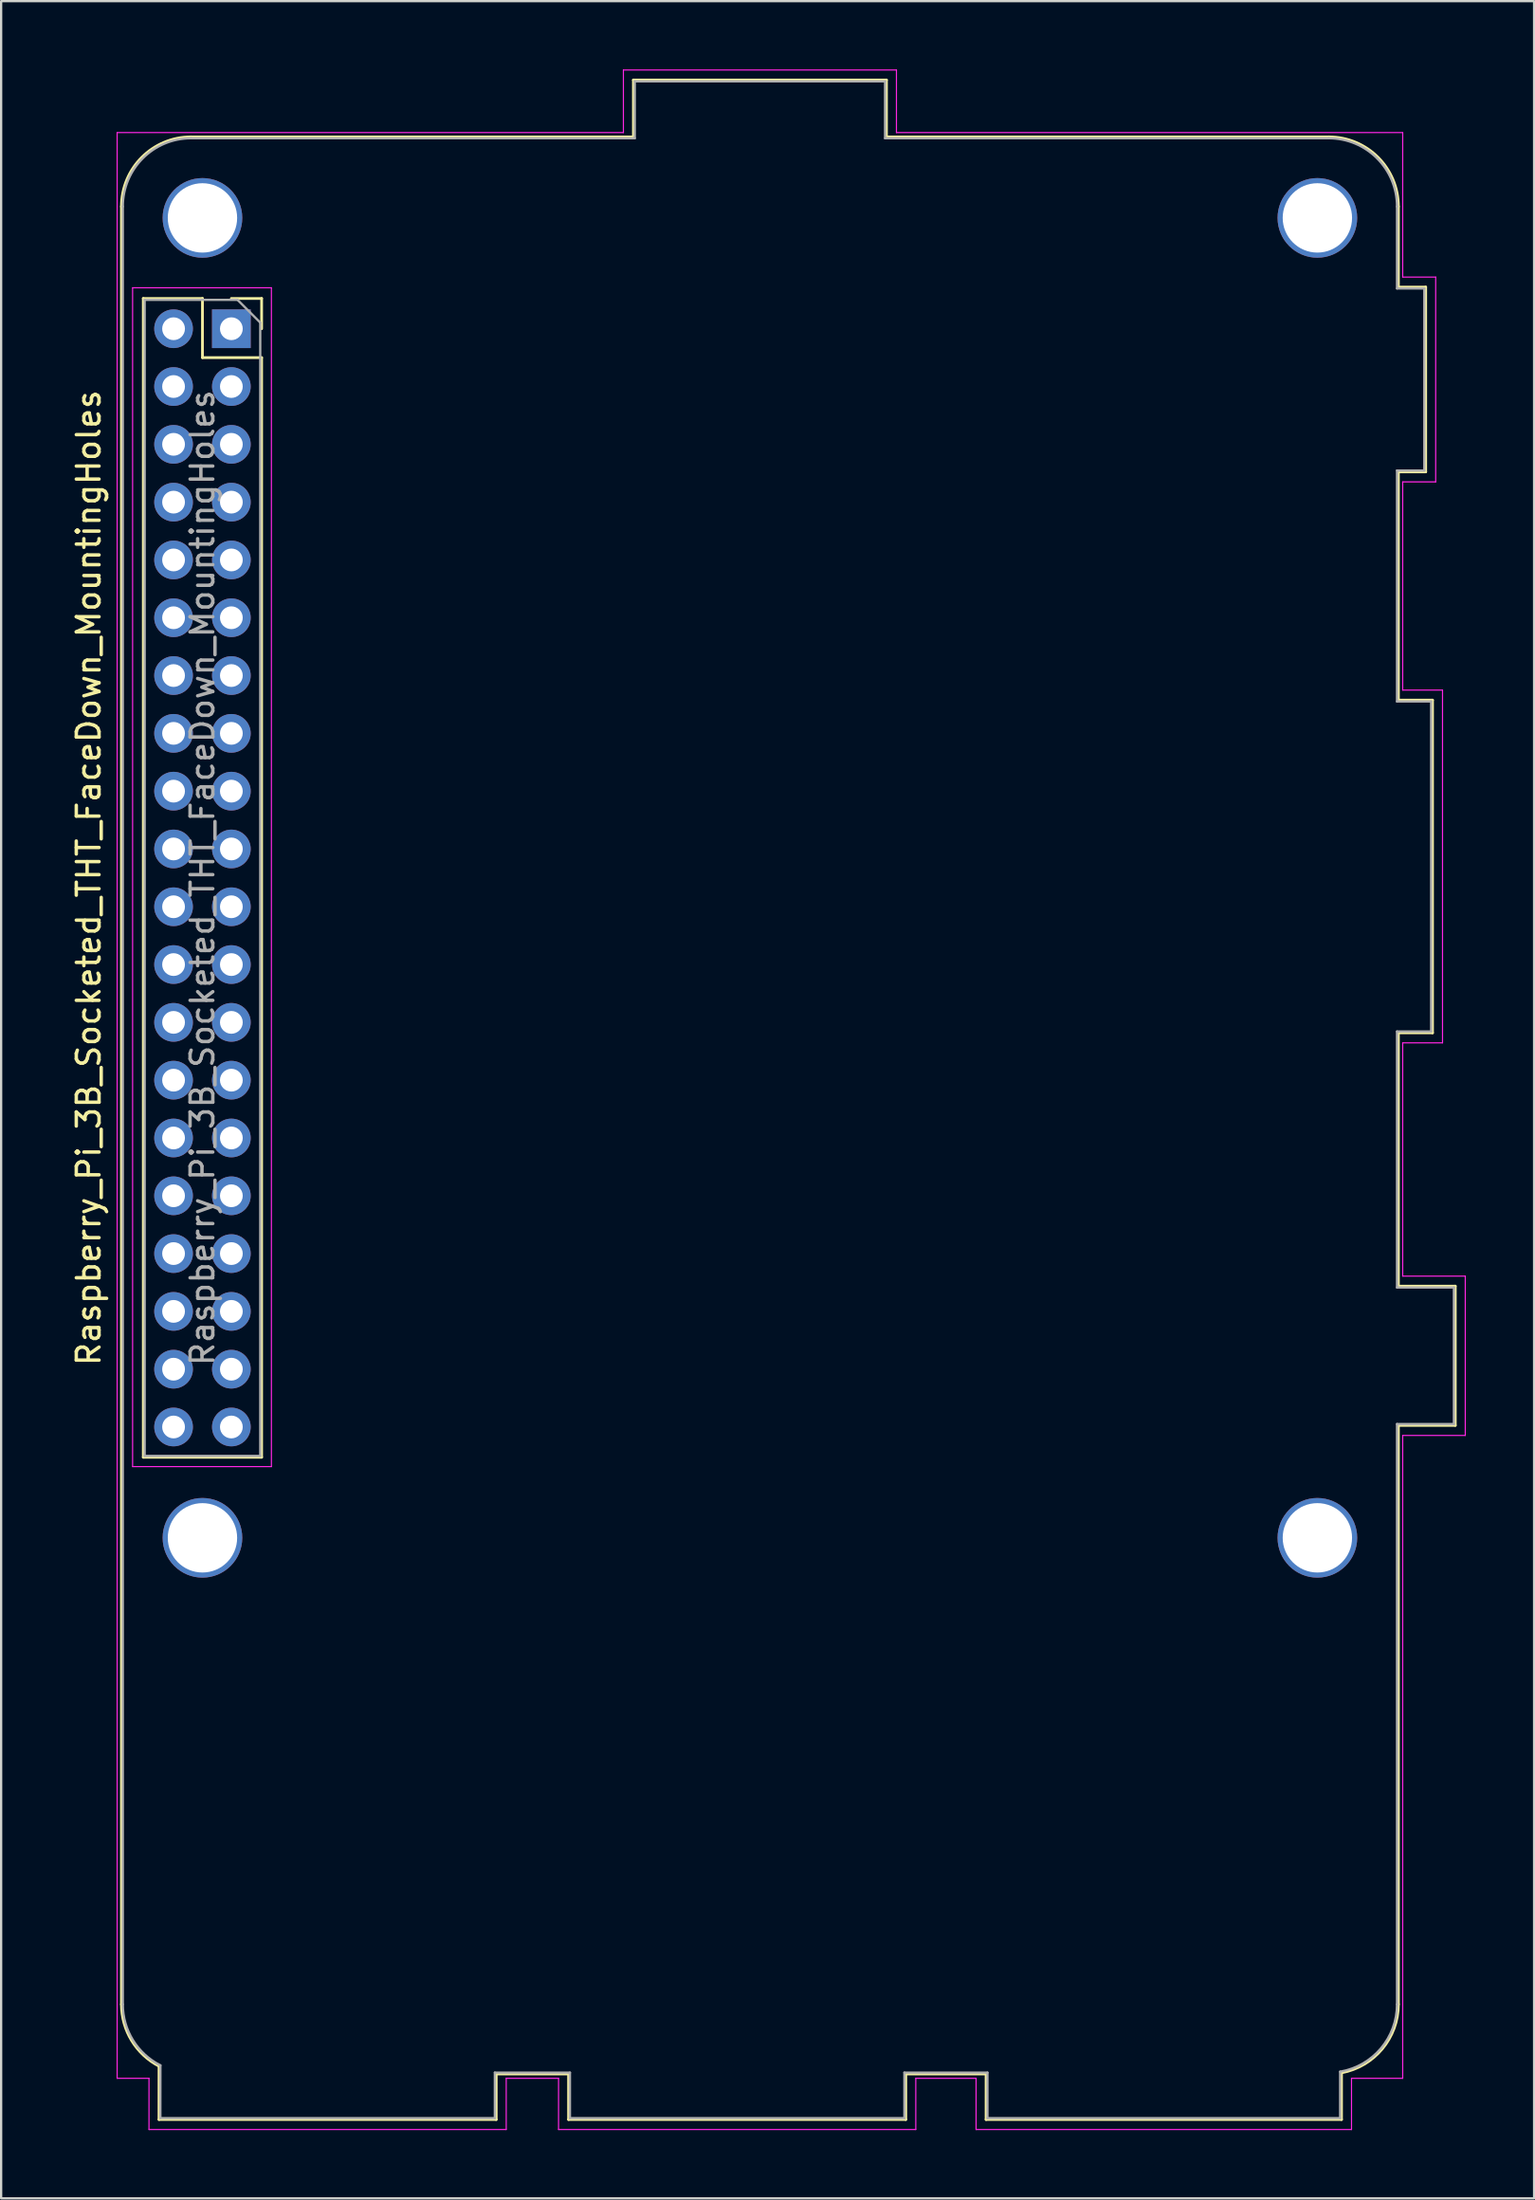
<source format=kicad_pcb>
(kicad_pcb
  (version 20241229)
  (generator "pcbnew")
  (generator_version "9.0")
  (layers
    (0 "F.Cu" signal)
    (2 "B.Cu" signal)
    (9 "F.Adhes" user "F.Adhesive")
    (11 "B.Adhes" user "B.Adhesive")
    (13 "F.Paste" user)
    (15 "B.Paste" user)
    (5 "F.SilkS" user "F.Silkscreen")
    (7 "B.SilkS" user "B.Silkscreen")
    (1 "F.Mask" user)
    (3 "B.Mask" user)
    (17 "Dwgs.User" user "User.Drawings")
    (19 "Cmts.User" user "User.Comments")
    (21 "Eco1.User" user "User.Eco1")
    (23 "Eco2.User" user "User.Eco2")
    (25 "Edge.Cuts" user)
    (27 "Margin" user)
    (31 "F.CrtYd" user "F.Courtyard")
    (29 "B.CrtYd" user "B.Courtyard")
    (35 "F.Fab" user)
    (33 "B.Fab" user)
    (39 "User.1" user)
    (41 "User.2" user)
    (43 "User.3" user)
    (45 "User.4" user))
  (footprint "Raspberry_Pi_3B_Socketed_THT_FaceDown_MountingHoles"
    (layer "F.Cu")
    (at 7.118 11.395)
    (property "Reference" "Raspberry_Pi_3B_Socketed_THT_FaceDown_MountingHoles" (at -6.27 24.13 90) (layer "F.SilkS") (effects (font (size 1 1) (thickness 0.15))))
    (attr through_hole)
    (fp_line (start -4.83 73.63) (end -4.83 -5.37) (stroke (width 0.12) (type solid)) (layer "F.SilkS"))
    (fp_line (start -3.87 -1.33) (end -3.87 49.59) (stroke (width 0.12) (type solid)) (layer "F.SilkS"))
    (fp_line (start -3.87 -1.33) (end -1.27 -1.33) (stroke (width 0.12) (type solid)) (layer "F.SilkS"))
    (fp_line (start -3.87 49.59) (end 1.33 49.59) (stroke (width 0.12) (type solid)) (layer "F.SilkS"))
    (fp_line (start -3.18 78.69) (end -3.178 76.347) (stroke (width 0.12) (type solid)) (layer "F.SilkS"))
    (fp_line (start -1.77 -8.43) (end 17.67 -8.43) (stroke (width 0.12) (type solid)) (layer "F.SilkS"))
    (fp_line (start -1.27 -1.33) (end -1.27 1.27) (stroke (width 0.12) (type solid)) (layer "F.SilkS"))
    (fp_line (start -1.27 1.27) (end 1.33 1.27) (stroke (width 0.12) (type solid)) (layer "F.SilkS"))
    (fp_line (start 0 -1.33) (end 1.33 -1.33) (stroke (width 0.12) (type solid)) (layer "F.SilkS"))
    (fp_line (start 1.33 -1.33) (end 1.33 0) (stroke (width 0.12) (type solid)) (layer "F.SilkS"))
    (fp_line (start 1.33 1.27) (end 1.33 49.59) (stroke (width 0.12) (type solid)) (layer "F.SilkS"))
    (fp_line (start 11.64 76.69) (end 11.64 78.69) (stroke (width 0.12) (type solid)) (layer "F.SilkS"))
    (fp_line (start 11.64 78.69) (end -3.18 78.69) (stroke (width 0.12) (type solid)) (layer "F.SilkS"))
    (fp_line (start 14.82 76.69) (end 11.64 76.69) (stroke (width 0.12) (type solid)) (layer "F.SilkS"))
    (fp_line (start 14.82 78.69) (end 14.82 76.69) (stroke (width 0.12) (type solid)) (layer "F.SilkS"))
    (fp_line (start 17.67 -10.93) (end 17.67 -8.43) (stroke (width 0.12) (type solid)) (layer "F.SilkS"))
    (fp_line (start 28.79 -10.93) (end 17.67 -10.93) (stroke (width 0.12) (type solid)) (layer "F.SilkS"))
    (fp_line (start 28.79 -8.43) (end 28.79 -10.93) (stroke (width 0.12) (type solid)) (layer "F.SilkS"))
    (fp_line (start 29.64 76.69) (end 29.64 78.69) (stroke (width 0.12) (type solid)) (layer "F.SilkS"))
    (fp_line (start 29.64 78.69) (end 14.82 78.69) (stroke (width 0.12) (type solid)) (layer "F.SilkS"))
    (fp_line (start 33.17 76.69) (end 29.64 76.69) (stroke (width 0.12) (type solid)) (layer "F.SilkS"))
    (fp_line (start 33.17 78.69) (end 33.17 76.69) (stroke (width 0.12) (type solid)) (layer "F.SilkS"))
    (fp_line (start 48.23 -8.43) (end 28.79 -8.43) (stroke (width 0.12) (type solid)) (layer "F.SilkS"))
    (fp_line (start 48.79 78.69) (end 33.17 78.69) (stroke (width 0.12) (type solid)) (layer "F.SilkS"))
    (fp_line (start 48.79 78.69) (end 48.79 76.638) (stroke (width 0.12) (type solid)) (layer "F.SilkS"))
    (fp_line (start 51.29 -5.37) (end 51.29 -1.83) (stroke (width 0.12) (type solid)) (layer "F.SilkS"))
    (fp_line (start 51.29 -1.83) (end 52.49 -1.83) (stroke (width 0.12) (type solid)) (layer "F.SilkS"))
    (fp_line (start 51.29 6.29) (end 51.29 16.32) (stroke (width 0.12) (type solid)) (layer "F.SilkS"))
    (fp_line (start 51.29 16.32) (end 52.79 16.32) (stroke (width 0.12) (type solid)) (layer "F.SilkS"))
    (fp_line (start 51.29 30.94) (end 51.29 42.07) (stroke (width 0.12) (type solid)) (layer "F.SilkS"))
    (fp_line (start 51.29 42.07) (end 53.79 42.07) (stroke (width 0.12) (type solid)) (layer "F.SilkS"))
    (fp_line (start 51.29 48.19) (end 51.29 73.63) (stroke (width 0.12) (type solid)) (layer "F.SilkS"))
    (fp_line (start 52.49 -1.83) (end 52.49 6.29) (stroke (width 0.12) (type solid)) (layer "F.SilkS"))
    (fp_line (start 52.49 6.29) (end 51.29 6.29) (stroke (width 0.12) (type solid)) (layer "F.SilkS"))
    (fp_line (start 52.79 16.32) (end 52.79 30.94) (stroke (width 0.12) (type solid)) (layer "F.SilkS"))
    (fp_line (start 52.79 30.94) (end 51.29 30.94) (stroke (width 0.12) (type solid)) (layer "F.SilkS"))
    (fp_line (start 53.79 42.07) (end 53.79 48.19) (stroke (width 0.12) (type solid)) (layer "F.SilkS"))
    (fp_line (start 53.79 48.19) (end 51.29 48.19) (stroke (width 0.12) (type solid)) (layer "F.SilkS"))
    (fp_arc (start -4.83 -5.37) (mid -3.933747 -7.533747) (end -1.77 -8.43) (stroke (width 0.12) (type solid)) (layer "F.SilkS"))
    (fp_arc (start -3.178211 76.346715) (mid -4.384644 75.219728) (end -4.83 73.63) (stroke (width 0.12) (type solid)) (layer "F.SilkS"))
    (fp_arc (start 48.23 -8.43) (mid 50.393747 -7.533747) (end 51.29 -5.37) (stroke (width 0.12) (type solid)) (layer "F.SilkS"))
    (fp_arc (start 51.29 73.63) (mid 50.583325 75.585879) (end 48.789698 76.638378) (stroke (width 0.12) (type solid)) (layer "F.SilkS"))
    (fp_line (start -5.02 -8.62) (end 17.23 -8.62) (stroke (width 0.05) (type solid)) (layer "F.CrtYd"))
    (fp_line (start -5.02 76.88) (end -5.02 -8.62) (stroke (width 0.05) (type solid)) (layer "F.CrtYd"))
    (fp_line (start -4.34 -1.8) (end 1.76 -1.8) (stroke (width 0.05) (type solid)) (layer "F.CrtYd"))
    (fp_line (start -4.34 50) (end -4.34 -1.8) (stroke (width 0.05) (type solid)) (layer "F.CrtYd"))
    (fp_line (start -3.62 76.88) (end -5.02 76.88) (stroke (width 0.05) (type solid)) (layer "F.CrtYd"))
    (fp_line (start -3.62 79.13) (end -3.62 76.88) (stroke (width 0.05) (type solid)) (layer "F.CrtYd"))
    (fp_line (start 1.76 -1.8) (end 1.76 50) (stroke (width 0.05) (type solid)) (layer "F.CrtYd"))
    (fp_line (start 1.76 50) (end -4.34 50) (stroke (width 0.05) (type solid)) (layer "F.CrtYd"))
    (fp_line (start 12.08 76.88) (end 12.08 79.13) (stroke (width 0.05) (type solid)) (layer "F.CrtYd"))
    (fp_line (start 12.08 79.13) (end -3.62 79.13) (stroke (width 0.05) (type solid)) (layer "F.CrtYd"))
    (fp_line (start 14.38 76.88) (end 12.08 76.88) (stroke (width 0.05) (type solid)) (layer "F.CrtYd"))
    (fp_line (start 14.38 79.13) (end 14.38 76.88) (stroke (width 0.05) (type solid)) (layer "F.CrtYd"))
    (fp_line (start 17.23 -11.37) (end 29.23 -11.37) (stroke (width 0.05) (type solid)) (layer "F.CrtYd"))
    (fp_line (start 17.23 -8.62) (end 17.23 -11.37) (stroke (width 0.05) (type solid)) (layer "F.CrtYd"))
    (fp_line (start 29.23 -11.37) (end 29.23 -8.62) (stroke (width 0.05) (type solid)) (layer "F.CrtYd"))
    (fp_line (start 29.23 -8.62) (end 51.48 -8.62) (stroke (width 0.05) (type solid)) (layer "F.CrtYd"))
    (fp_line (start 30.08 76.88) (end 30.08 79.13) (stroke (width 0.05) (type solid)) (layer "F.CrtYd"))
    (fp_line (start 30.08 79.13) (end 14.38 79.13) (stroke (width 0.05) (type solid)) (layer "F.CrtYd"))
    (fp_line (start 32.73 76.88) (end 30.08 76.88) (stroke (width 0.05) (type solid)) (layer "F.CrtYd"))
    (fp_line (start 32.73 79.13) (end 32.73 76.88) (stroke (width 0.05) (type solid)) (layer "F.CrtYd"))
    (fp_line (start 49.23 76.88) (end 49.23 79.13) (stroke (width 0.05) (type solid)) (layer "F.CrtYd"))
    (fp_line (start 49.23 79.13) (end 32.73 79.13) (stroke (width 0.05) (type solid)) (layer "F.CrtYd"))
    (fp_line (start 51.48 -8.62) (end 51.48 -2.27) (stroke (width 0.05) (type solid)) (layer "F.CrtYd"))
    (fp_line (start 51.48 -2.27) (end 52.93 -2.27) (stroke (width 0.05) (type solid)) (layer "F.CrtYd"))
    (fp_line (start 51.48 6.73) (end 51.48 15.88) (stroke (width 0.05) (type solid)) (layer "F.CrtYd"))
    (fp_line (start 51.48 15.88) (end 53.23 15.88) (stroke (width 0.05) (type solid)) (layer "F.CrtYd"))
    (fp_line (start 51.48 31.38) (end 51.48 41.63) (stroke (width 0.05) (type solid)) (layer "F.CrtYd"))
    (fp_line (start 51.48 41.63) (end 54.23 41.63) (stroke (width 0.05) (type solid)) (layer "F.CrtYd"))
    (fp_line (start 51.48 48.63) (end 51.48 76.88) (stroke (width 0.05) (type solid)) (layer "F.CrtYd"))
    (fp_line (start 51.48 76.88) (end 49.23 76.88) (stroke (width 0.05) (type solid)) (layer "F.CrtYd"))
    (fp_line (start 52.93 -2.27) (end 52.93 6.73) (stroke (width 0.05) (type solid)) (layer "F.CrtYd"))
    (fp_line (start 52.93 6.73) (end 51.48 6.73) (stroke (width 0.05) (type solid)) (layer "F.CrtYd"))
    (fp_line (start 53.23 15.88) (end 53.23 31.38) (stroke (width 0.05) (type solid)) (layer "F.CrtYd"))
    (fp_line (start 53.23 31.38) (end 51.48 31.38) (stroke (width 0.05) (type solid)) (layer "F.CrtYd"))
    (fp_line (start 54.23 41.63) (end 54.23 48.63) (stroke (width 0.05) (type solid)) (layer "F.CrtYd"))
    (fp_line (start 54.23 48.63) (end 51.48 48.63) (stroke (width 0.05) (type solid)) (layer "F.CrtYd"))
    (fp_line (start -4.77 73.63) (end -4.77 -5.37) (stroke (width 0.1) (type solid)) (layer "F.Fab"))
    (fp_line (start -3.81 -1.27) (end 0.27 -1.27) (stroke (width 0.1) (type solid)) (layer "F.Fab"))
    (fp_line (start -3.81 49.53) (end -3.81 -1.27) (stroke (width 0.1) (type solid)) (layer "F.Fab"))
    (fp_line (start -3.12 78.63) (end 11.58 78.63) (stroke (width 0.1) (type solid)) (layer "F.Fab"))
    (fp_line (start -3.118 76.31) (end -3.12 78.63) (stroke (width 0.1) (type solid)) (layer "F.Fab"))
    (fp_line (start -1.77 -8.37) (end 17.73 -8.37) (stroke (width 0.1) (type solid)) (layer "F.Fab"))
    (fp_line (start 0.27 -1.27) (end 1.27 -0.27) (stroke (width 0.1) (type solid)) (layer "F.Fab"))
    (fp_line (start 1.27 -0.27) (end 1.27 49.53) (stroke (width 0.1) (type solid)) (layer "F.Fab"))
    (fp_line (start 1.27 49.53) (end -3.81 49.53) (stroke (width 0.1) (type solid)) (layer "F.Fab"))
    (fp_line (start 11.58 76.63) (end 14.88 76.63) (stroke (width 0.1) (type solid)) (layer "F.Fab"))
    (fp_line (start 11.58 78.63) (end 11.58 76.63) (stroke (width 0.1) (type solid)) (layer "F.Fab"))
    (fp_line (start 14.88 76.63) (end 14.88 78.63) (stroke (width 0.1) (type solid)) (layer "F.Fab"))
    (fp_line (start 14.88 78.63) (end 29.58 78.63) (stroke (width 0.1) (type solid)) (layer "F.Fab"))
    (fp_line (start 17.73 -10.87) (end 17.73 -8.37) (stroke (width 0.1) (type solid)) (layer "F.Fab"))
    (fp_line (start 28.73 -10.87) (end 17.73 -10.87) (stroke (width 0.1) (type solid)) (layer "F.Fab"))
    (fp_line (start 28.73 -8.37) (end 28.73 -10.87) (stroke (width 0.1) (type solid)) (layer "F.Fab"))
    (fp_line (start 29.58 76.63) (end 33.23 76.63) (stroke (width 0.1) (type solid)) (layer "F.Fab"))
    (fp_line (start 29.58 78.63) (end 29.58 76.63) (stroke (width 0.1) (type solid)) (layer "F.Fab"))
    (fp_line (start 33.23 76.63) (end 33.23 78.63) (stroke (width 0.1) (type solid)) (layer "F.Fab"))
    (fp_line (start 33.23 78.63) (end 48.73 78.63) (stroke (width 0.1) (type solid)) (layer "F.Fab"))
    (fp_line (start 48.23 -8.37) (end 28.73 -8.37) (stroke (width 0.1) (type solid)) (layer "F.Fab"))
    (fp_line (start 48.73 78.63) (end 48.73 76.588) (stroke (width 0.1) (type solid)) (layer "F.Fab"))
    (fp_line (start 51.23 -5.37) (end 51.23 -1.77) (stroke (width 0.1) (type solid)) (layer "F.Fab"))
    (fp_line (start 51.23 -1.77) (end 52.43 -1.77) (stroke (width 0.1) (type solid)) (layer "F.Fab"))
    (fp_line (start 51.23 6.23) (end 51.23 16.38) (stroke (width 0.1) (type solid)) (layer "F.Fab"))
    (fp_line (start 51.23 16.38) (end 52.73 16.38) (stroke (width 0.1) (type solid)) (layer "F.Fab"))
    (fp_line (start 51.23 30.88) (end 51.23 42.13) (stroke (width 0.1) (type solid)) (layer "F.Fab"))
    (fp_line (start 51.23 42.13) (end 53.73 42.13) (stroke (width 0.1) (type solid)) (layer "F.Fab"))
    (fp_line (start 51.23 48.13) (end 51.23 73.63) (stroke (width 0.1) (type solid)) (layer "F.Fab"))
    (fp_line (start 52.43 -1.77) (end 52.43 6.23) (stroke (width 0.1) (type solid)) (layer "F.Fab"))
    (fp_line (start 52.43 6.23) (end 51.23 6.23) (stroke (width 0.1) (type solid)) (layer "F.Fab"))
    (fp_line (start 52.73 16.38) (end 52.73 30.88) (stroke (width 0.1) (type solid)) (layer "F.Fab"))
    (fp_line (start 52.73 30.88) (end 51.23 30.88) (stroke (width 0.1) (type solid)) (layer "F.Fab"))
    (fp_line (start 53.73 42.13) (end 53.73 48.13) (stroke (width 0.1) (type solid)) (layer "F.Fab"))
    (fp_line (start 53.73 48.13) (end 51.23 48.13) (stroke (width 0.1) (type solid)) (layer "F.Fab"))
    (fp_arc (start -4.77 -5.37) (mid -3.89132 -7.49132) (end -1.77 -8.37) (stroke (width 0.1) (type solid)) (layer "F.Fab"))
    (fp_arc (start -3.117957 76.310114) (mid -4.323808 75.204187) (end -4.77 73.63) (stroke (width 0.1) (type solid)) (layer "F.Fab"))
    (fp_arc (start 48.23 -8.37) (mid 50.35132 -7.49132) (end 51.23 -5.37) (stroke (width 0.1) (type solid)) (layer "F.Fab"))
    (fp_arc (start 51.23 73.63) (mid 50.521388 75.566373) (end 48.730306 76.587988) (stroke (width 0.1) (type solid)) (layer "F.Fab"))
    (fp_text user "${REFERENCE}" (at -1.27 24.13 90) (layer "F.Fab") (effects (font (size 1 1) (thickness 0.15))))
    (pad "" np_thru_hole circle (at -1.27 -4.87 90) (size 3.5 3.5) (drill 3.048) (layers "*.Cu" "*.Mask"))
    (pad "" np_thru_hole circle (at -1.27 53.13 90) (size 3.5 3.5) (drill 3.048) (layers "*.Cu" "*.Mask"))
    (pad "" np_thru_hole circle (at 47.73 -4.87 90) (size 3.5 3.5) (drill 3.048) (layers "*.Cu" "*.Mask"))
    (pad "" np_thru_hole circle (at 47.73 53.13 90) (size 3.5 3.5) (drill 3.048) (layers "*.Cu" "*.Mask"))
    (pad "1" thru_hole rect (at 0 0) (size 1.7 1.7) (drill 1) (layers "*.Cu" "*.Mask"))
    (pad "2" thru_hole oval (at -2.54 0) (size 1.7 1.7) (drill 1) (layers "*.Cu" "*.Mask"))
    (pad "3" thru_hole oval (at 0 2.54) (size 1.7 1.7) (drill 1) (layers "*.Cu" "*.Mask"))
    (pad "4" thru_hole oval (at -2.54 2.54) (size 1.7 1.7) (drill 1) (layers "*.Cu" "*.Mask"))
    (pad "5" thru_hole oval (at 0 5.08) (size 1.7 1.7) (drill 1) (layers "*.Cu" "*.Mask"))
    (pad "6" thru_hole oval (at -2.54 5.08) (size 1.7 1.7) (drill 1) (layers "*.Cu" "*.Mask"))
    (pad "7" thru_hole oval (at 0 7.62) (size 1.7 1.7) (drill 1) (layers "*.Cu" "*.Mask"))
    (pad "8" thru_hole oval (at -2.54 7.62) (size 1.7 1.7) (drill 1) (layers "*.Cu" "*.Mask"))
    (pad "9" thru_hole oval (at 0 10.16) (size 1.7 1.7) (drill 1) (layers "*.Cu" "*.Mask"))
    (pad "10" thru_hole oval (at -2.54 10.16) (size 1.7 1.7) (drill 1) (layers "*.Cu" "*.Mask"))
    (pad "11" thru_hole oval (at 0 12.7) (size 1.7 1.7) (drill 1) (layers "*.Cu" "*.Mask"))
    (pad "12" thru_hole oval (at -2.54 12.7) (size 1.7 1.7) (drill 1) (layers "*.Cu" "*.Mask"))
    (pad "13" thru_hole oval (at 0 15.24) (size 1.7 1.7) (drill 1) (layers "*.Cu" "*.Mask"))
    (pad "14" thru_hole oval (at -2.54 15.24) (size 1.7 1.7) (drill 1) (layers "*.Cu" "*.Mask"))
    (pad "15" thru_hole oval (at 0 17.78) (size 1.7 1.7) (drill 1) (layers "*.Cu" "*.Mask"))
    (pad "16" thru_hole oval (at -2.54 17.78) (size 1.7 1.7) (drill 1) (layers "*.Cu" "*.Mask"))
    (pad "17" thru_hole oval (at 0 20.32) (size 1.7 1.7) (drill 1) (layers "*.Cu" "*.Mask"))
    (pad "18" thru_hole oval (at -2.54 20.32) (size 1.7 1.7) (drill 1) (layers "*.Cu" "*.Mask"))
    (pad "19" thru_hole oval (at 0 22.86) (size 1.7 1.7) (drill 1) (layers "*.Cu" "*.Mask"))
    (pad "20" thru_hole oval (at -2.54 22.86) (size 1.7 1.7) (drill 1) (layers "*.Cu" "*.Mask"))
    (pad "21" thru_hole oval (at 0 25.4) (size 1.7 1.7) (drill 1) (layers "*.Cu" "*.Mask"))
    (pad "22" thru_hole oval (at -2.54 25.4) (size 1.7 1.7) (drill 1) (layers "*.Cu" "*.Mask"))
    (pad "23" thru_hole oval (at 0 27.94) (size 1.7 1.7) (drill 1) (layers "*.Cu" "*.Mask"))
    (pad "24" thru_hole oval (at -2.54 27.94) (size 1.7 1.7) (drill 1) (layers "*.Cu" "*.Mask"))
    (pad "25" thru_hole oval (at 0 30.48) (size 1.7 1.7) (drill 1) (layers "*.Cu" "*.Mask"))
    (pad "26" thru_hole oval (at -2.54 30.48) (size 1.7 1.7) (drill 1) (layers "*.Cu" "*.Mask"))
    (pad "27" thru_hole oval (at 0 33.02) (size 1.7 1.7) (drill 1) (layers "*.Cu" "*.Mask"))
    (pad "28" thru_hole oval (at -2.54 33.02) (size 1.7 1.7) (drill 1) (layers "*.Cu" "*.Mask"))
    (pad "29" thru_hole oval (at 0 35.56) (size 1.7 1.7) (drill 1) (layers "*.Cu" "*.Mask"))
    (pad "30" thru_hole oval (at -2.54 35.56) (size 1.7 1.7) (drill 1) (layers "*.Cu" "*.Mask"))
    (pad "31" thru_hole oval (at 0 38.1) (size 1.7 1.7) (drill 1) (layers "*.Cu" "*.Mask"))
    (pad "32" thru_hole oval (at -2.54 38.1) (size 1.7 1.7) (drill 1) (layers "*.Cu" "*.Mask"))
    (pad "33" thru_hole oval (at 0 40.64) (size 1.7 1.7) (drill 1) (layers "*.Cu" "*.Mask"))
    (pad "34" thru_hole oval (at -2.54 40.64) (size 1.7 1.7) (drill 1) (layers "*.Cu" "*.Mask"))
    (pad "35" thru_hole oval (at 0 43.18) (size 1.7 1.7) (drill 1) (layers "*.Cu" "*.Mask"))
    (pad "36" thru_hole oval (at -2.54 43.18) (size 1.7 1.7) (drill 1) (layers "*.Cu" "*.Mask"))
    (pad "37" thru_hole oval (at 0 45.72) (size 1.7 1.7) (drill 1) (layers "*.Cu" "*.Mask"))
    (pad "38" thru_hole oval (at -2.54 45.72) (size 1.7 1.7) (drill 1) (layers "*.Cu" "*.Mask"))
    (pad "39" thru_hole oval (at 0 48.26) (size 1.7 1.7) (drill 1) (layers "*.Cu" "*.Mask"))
    (pad "40" thru_hole oval (at -2.54 48.26) (size 1.7 1.7) (drill 1) (layers "*.Cu" "*.Mask")))
  (gr_rect
    (start -3 -3)
    (end 64.373 93.55)
    (stroke (width 0.1) (type default))
    (fill no)
    (layer "Edge.Cuts")))
</source>
